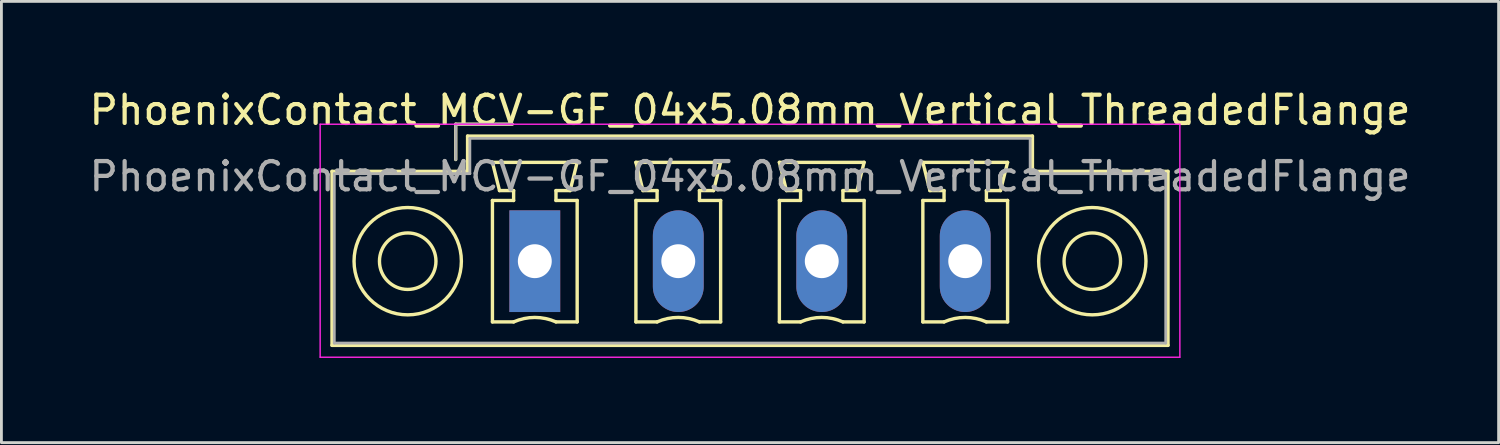
<source format=kicad_pcb>
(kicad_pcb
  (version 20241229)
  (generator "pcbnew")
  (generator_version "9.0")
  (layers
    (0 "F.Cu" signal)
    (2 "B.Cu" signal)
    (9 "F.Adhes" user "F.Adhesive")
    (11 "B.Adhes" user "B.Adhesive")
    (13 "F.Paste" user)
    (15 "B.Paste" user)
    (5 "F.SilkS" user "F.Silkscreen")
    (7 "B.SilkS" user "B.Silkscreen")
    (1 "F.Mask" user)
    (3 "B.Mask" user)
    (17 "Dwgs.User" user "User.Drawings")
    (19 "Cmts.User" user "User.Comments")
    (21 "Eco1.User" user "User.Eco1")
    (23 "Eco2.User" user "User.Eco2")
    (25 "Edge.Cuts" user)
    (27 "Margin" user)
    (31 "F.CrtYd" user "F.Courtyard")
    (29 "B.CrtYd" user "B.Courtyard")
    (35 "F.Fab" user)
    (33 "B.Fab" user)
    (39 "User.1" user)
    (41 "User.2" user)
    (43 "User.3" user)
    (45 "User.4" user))
  (footprint "PhoenixContact_MCV-GF_04x5.08mm_Vertical_ThreadedFlange"
    (layer "F.Cu")
    (at 15.886 6.198)
    (property "Reference" "PhoenixContact_MCV-GF_04x5.08mm_Vertical_ThreadedFlange" (at 7.62 -5.35 0) (layer "F.SilkS") (effects (font (size 1 1) (thickness 0.15))))
    (attr through_hole)
    (fp_line (start -7.18 -3.18) (end -7.18 2.98) (stroke (width 0.12) (type solid)) (layer "F.SilkS"))
    (fp_line (start -7.18 2.98) (end 22.42 2.98) (stroke (width 0.12) (type solid)) (layer "F.SilkS"))
    (fp_line (start -2.8 -4.85) (end -0.8 -4.85) (stroke (width 0.12) (type solid)) (layer "F.SilkS"))
    (fp_line (start -2.8 -3.6) (end -2.8 -4.85) (stroke (width 0.12) (type solid)) (layer "F.SilkS"))
    (fp_line (start -2.38 -4.43) (end -2.38 -3.18) (stroke (width 0.12) (type solid)) (layer "F.SilkS"))
    (fp_line (start -2.38 -3.18) (end -7.18 -3.18) (stroke (width 0.12) (type solid)) (layer "F.SilkS"))
    (fp_line (start -1.5 -3.5) (end 1.5 -3.5) (stroke (width 0.12) (type solid)) (layer "F.SilkS"))
    (fp_line (start -1.5 -2.15) (end -0.75 -2.15) (stroke (width 0.12) (type solid)) (layer "F.SilkS"))
    (fp_line (start -1.5 2.15) (end -1.5 -2.15) (stroke (width 0.12) (type solid)) (layer "F.SilkS"))
    (fp_line (start -1.25 -2.5) (end -1.5 -3.5) (stroke (width 0.12) (type solid)) (layer "F.SilkS"))
    (fp_line (start -0.75 -2.5) (end -1.25 -2.5) (stroke (width 0.12) (type solid)) (layer "F.SilkS"))
    (fp_line (start -0.75 -2.15) (end -0.75 -2.5) (stroke (width 0.12) (type solid)) (layer "F.SilkS"))
    (fp_line (start -0.75 2.15) (end -1.5 2.15) (stroke (width 0.12) (type solid)) (layer "F.SilkS"))
    (fp_line (start 0.75 -2.5) (end 0.75 -2.15) (stroke (width 0.12) (type solid)) (layer "F.SilkS"))
    (fp_line (start 0.75 -2.15) (end 1.5 -2.15) (stroke (width 0.12) (type solid)) (layer "F.SilkS"))
    (fp_line (start 1.25 -2.5) (end 0.75 -2.5) (stroke (width 0.12) (type solid)) (layer "F.SilkS"))
    (fp_line (start 1.5 -3.5) (end 1.25 -2.5) (stroke (width 0.12) (type solid)) (layer "F.SilkS"))
    (fp_line (start 1.5 -2.15) (end 1.5 2.15) (stroke (width 0.12) (type solid)) (layer "F.SilkS"))
    (fp_line (start 1.5 2.15) (end 0.75 2.15) (stroke (width 0.12) (type solid)) (layer "F.SilkS"))
    (fp_line (start 3.58 -3.5) (end 6.58 -3.5) (stroke (width 0.12) (type solid)) (layer "F.SilkS"))
    (fp_line (start 3.58 -2.15) (end 4.33 -2.15) (stroke (width 0.12) (type solid)) (layer "F.SilkS"))
    (fp_line (start 3.58 2.15) (end 3.58 -2.15) (stroke (width 0.12) (type solid)) (layer "F.SilkS"))
    (fp_line (start 3.83 -2.5) (end 3.58 -3.5) (stroke (width 0.12) (type solid)) (layer "F.SilkS"))
    (fp_line (start 4.33 -2.5) (end 3.83 -2.5) (stroke (width 0.12) (type solid)) (layer "F.SilkS"))
    (fp_line (start 4.33 -2.15) (end 4.33 -2.5) (stroke (width 0.12) (type solid)) (layer "F.SilkS"))
    (fp_line (start 4.33 2.15) (end 3.58 2.15) (stroke (width 0.12) (type solid)) (layer "F.SilkS"))
    (fp_line (start 5.83 -2.5) (end 5.83 -2.15) (stroke (width 0.12) (type solid)) (layer "F.SilkS"))
    (fp_line (start 5.83 -2.15) (end 6.58 -2.15) (stroke (width 0.12) (type solid)) (layer "F.SilkS"))
    (fp_line (start 6.33 -2.5) (end 5.83 -2.5) (stroke (width 0.12) (type solid)) (layer "F.SilkS"))
    (fp_line (start 6.58 -3.5) (end 6.33 -2.5) (stroke (width 0.12) (type solid)) (layer "F.SilkS"))
    (fp_line (start 6.58 -2.15) (end 6.58 2.15) (stroke (width 0.12) (type solid)) (layer "F.SilkS"))
    (fp_line (start 6.58 2.15) (end 5.83 2.15) (stroke (width 0.12) (type solid)) (layer "F.SilkS"))
    (fp_line (start 8.66 -3.5) (end 11.66 -3.5) (stroke (width 0.12) (type solid)) (layer "F.SilkS"))
    (fp_line (start 8.66 -2.15) (end 9.41 -2.15) (stroke (width 0.12) (type solid)) (layer "F.SilkS"))
    (fp_line (start 8.66 2.15) (end 8.66 -2.15) (stroke (width 0.12) (type solid)) (layer "F.SilkS"))
    (fp_line (start 8.91 -2.5) (end 8.66 -3.5) (stroke (width 0.12) (type solid)) (layer "F.SilkS"))
    (fp_line (start 9.41 -2.5) (end 8.91 -2.5) (stroke (width 0.12) (type solid)) (layer "F.SilkS"))
    (fp_line (start 9.41 -2.15) (end 9.41 -2.5) (stroke (width 0.12) (type solid)) (layer "F.SilkS"))
    (fp_line (start 9.41 2.15) (end 8.66 2.15) (stroke (width 0.12) (type solid)) (layer "F.SilkS"))
    (fp_line (start 10.91 -2.5) (end 10.91 -2.15) (stroke (width 0.12) (type solid)) (layer "F.SilkS"))
    (fp_line (start 10.91 -2.15) (end 11.66 -2.15) (stroke (width 0.12) (type solid)) (layer "F.SilkS"))
    (fp_line (start 11.41 -2.5) (end 10.91 -2.5) (stroke (width 0.12) (type solid)) (layer "F.SilkS"))
    (fp_line (start 11.66 -3.5) (end 11.41 -2.5) (stroke (width 0.12) (type solid)) (layer "F.SilkS"))
    (fp_line (start 11.66 -2.15) (end 11.66 2.15) (stroke (width 0.12) (type solid)) (layer "F.SilkS"))
    (fp_line (start 11.66 2.15) (end 10.91 2.15) (stroke (width 0.12) (type solid)) (layer "F.SilkS"))
    (fp_line (start 13.74 -3.5) (end 16.74 -3.5) (stroke (width 0.12) (type solid)) (layer "F.SilkS"))
    (fp_line (start 13.74 -2.15) (end 14.49 -2.15) (stroke (width 0.12) (type solid)) (layer "F.SilkS"))
    (fp_line (start 13.74 2.15) (end 13.74 -2.15) (stroke (width 0.12) (type solid)) (layer "F.SilkS"))
    (fp_line (start 13.99 -2.5) (end 13.74 -3.5) (stroke (width 0.12) (type solid)) (layer "F.SilkS"))
    (fp_line (start 14.49 -2.5) (end 13.99 -2.5) (stroke (width 0.12) (type solid)) (layer "F.SilkS"))
    (fp_line (start 14.49 -2.15) (end 14.49 -2.5) (stroke (width 0.12) (type solid)) (layer "F.SilkS"))
    (fp_line (start 14.49 2.15) (end 13.74 2.15) (stroke (width 0.12) (type solid)) (layer "F.SilkS"))
    (fp_line (start 15.99 -2.5) (end 15.99 -2.15) (stroke (width 0.12) (type solid)) (layer "F.SilkS"))
    (fp_line (start 15.99 -2.15) (end 16.74 -2.15) (stroke (width 0.12) (type solid)) (layer "F.SilkS"))
    (fp_line (start 16.49 -2.5) (end 15.99 -2.5) (stroke (width 0.12) (type solid)) (layer "F.SilkS"))
    (fp_line (start 16.74 -3.5) (end 16.49 -2.5) (stroke (width 0.12) (type solid)) (layer "F.SilkS"))
    (fp_line (start 16.74 -2.15) (end 16.74 2.15) (stroke (width 0.12) (type solid)) (layer "F.SilkS"))
    (fp_line (start 16.74 2.15) (end 15.99 2.15) (stroke (width 0.12) (type solid)) (layer "F.SilkS"))
    (fp_line (start 17.62 -4.43) (end -2.38 -4.43) (stroke (width 0.12) (type solid)) (layer "F.SilkS"))
    (fp_line (start 17.62 -3.18) (end 17.62 -4.43) (stroke (width 0.12) (type solid)) (layer "F.SilkS"))
    (fp_line (start 22.42 -3.18) (end 17.62 -3.18) (stroke (width 0.12) (type solid)) (layer "F.SilkS"))
    (fp_line (start 22.42 2.98) (end 22.42 -3.18) (stroke (width 0.12) (type solid)) (layer "F.SilkS"))
    (fp_arc (start -0.75 2.15) (mid -0.000193 1.99191) (end 0.749647 2.149844) (stroke (width 0.12) (type solid)) (layer "F.SilkS"))
    (fp_arc (start 4.33 2.15) (mid 5.079807 1.99191) (end 5.829647 2.149844) (stroke (width 0.12) (type solid)) (layer "F.SilkS"))
    (fp_arc (start 9.41 2.15) (mid 10.159807 1.99191) (end 10.909647 2.149844) (stroke (width 0.12) (type solid)) (layer "F.SilkS"))
    (fp_arc (start 14.49 2.15) (mid 15.239807 1.99191) (end 15.989647 2.149844) (stroke (width 0.12) (type solid)) (layer "F.SilkS"))
    (fp_circle (center -4.5 0) (end -3.5 0) (stroke (width 0.12) (type solid)) (fill no) (layer "F.SilkS"))
    (fp_circle (center -4.5 0) (end -2.6 0) (stroke (width 0.12) (type solid)) (fill no) (layer "F.SilkS"))
    (fp_circle (center 19.74 0) (end 20.74 0) (stroke (width 0.12) (type solid)) (fill no) (layer "F.SilkS"))
    (fp_circle (center 19.74 0) (end 21.64 0) (stroke (width 0.12) (type solid)) (fill no) (layer "F.SilkS"))
    (fp_line (start -7.6 -4.85) (end -7.6 3.4) (stroke (width 0.05) (type solid)) (layer "F.CrtYd"))
    (fp_line (start -7.6 3.4) (end 22.84 3.4) (stroke (width 0.05) (type solid)) (layer "F.CrtYd"))
    (fp_line (start 22.84 -4.85) (end -7.6 -4.85) (stroke (width 0.05) (type solid)) (layer "F.CrtYd"))
    (fp_line (start 22.84 3.4) (end 22.84 -4.85) (stroke (width 0.05) (type solid)) (layer "F.CrtYd"))
    (fp_line (start -7.1 -3.1) (end -7.1 2.9) (stroke (width 0.1) (type solid)) (layer "F.Fab"))
    (fp_line (start -7.1 2.9) (end 22.34 2.9) (stroke (width 0.1) (type solid)) (layer "F.Fab"))
    (fp_line (start -2.8 -4.85) (end -0.8 -4.85) (stroke (width 0.1) (type solid)) (layer "F.Fab"))
    (fp_line (start -2.8 -3.6) (end -2.8 -4.85) (stroke (width 0.1) (type solid)) (layer "F.Fab"))
    (fp_line (start -2.3 -4.35) (end -2.3 -3.1) (stroke (width 0.1) (type solid)) (layer "F.Fab"))
    (fp_line (start -2.3 -3.1) (end -7.1 -3.1) (stroke (width 0.1) (type solid)) (layer "F.Fab"))
    (fp_line (start 17.54 -4.35) (end -2.3 -4.35) (stroke (width 0.1) (type solid)) (layer "F.Fab"))
    (fp_line (start 17.54 -3.1) (end 17.54 -4.35) (stroke (width 0.1) (type solid)) (layer "F.Fab"))
    (fp_line (start 22.34 -3.1) (end 17.54 -3.1) (stroke (width 0.1) (type solid)) (layer "F.Fab"))
    (fp_line (start 22.34 2.9) (end 22.34 -3.1) (stroke (width 0.1) (type solid)) (layer "F.Fab"))
    (fp_text user "${REFERENCE}" (at 7.62 -3 0) (layer "F.Fab") (effects (font (size 1 1) (thickness 0.15))))
    (pad "1" thru_hole rect (at 0 0) (size 1.8 3.6) (drill 1.2) (layers "*.Cu" "*.Mask"))
    (pad "2" thru_hole oval (at 5.08 0) (size 1.8 3.6) (drill 1.2) (layers "*.Cu" "*.Mask"))
    (pad "3" thru_hole oval (at 10.16 0) (size 1.8 3.6) (drill 1.2) (layers "*.Cu" "*.Mask"))
    (pad "4" thru_hole oval (at 15.24 0) (size 1.8 3.6) (drill 1.2) (layers "*.Cu" "*.Mask")))
  (gr_rect
    (start -3 -3)
    (end 50.012 12.623)
    (stroke (width 0.1) (type default))
    (fill no)
    (layer "Edge.Cuts")))
</source>
